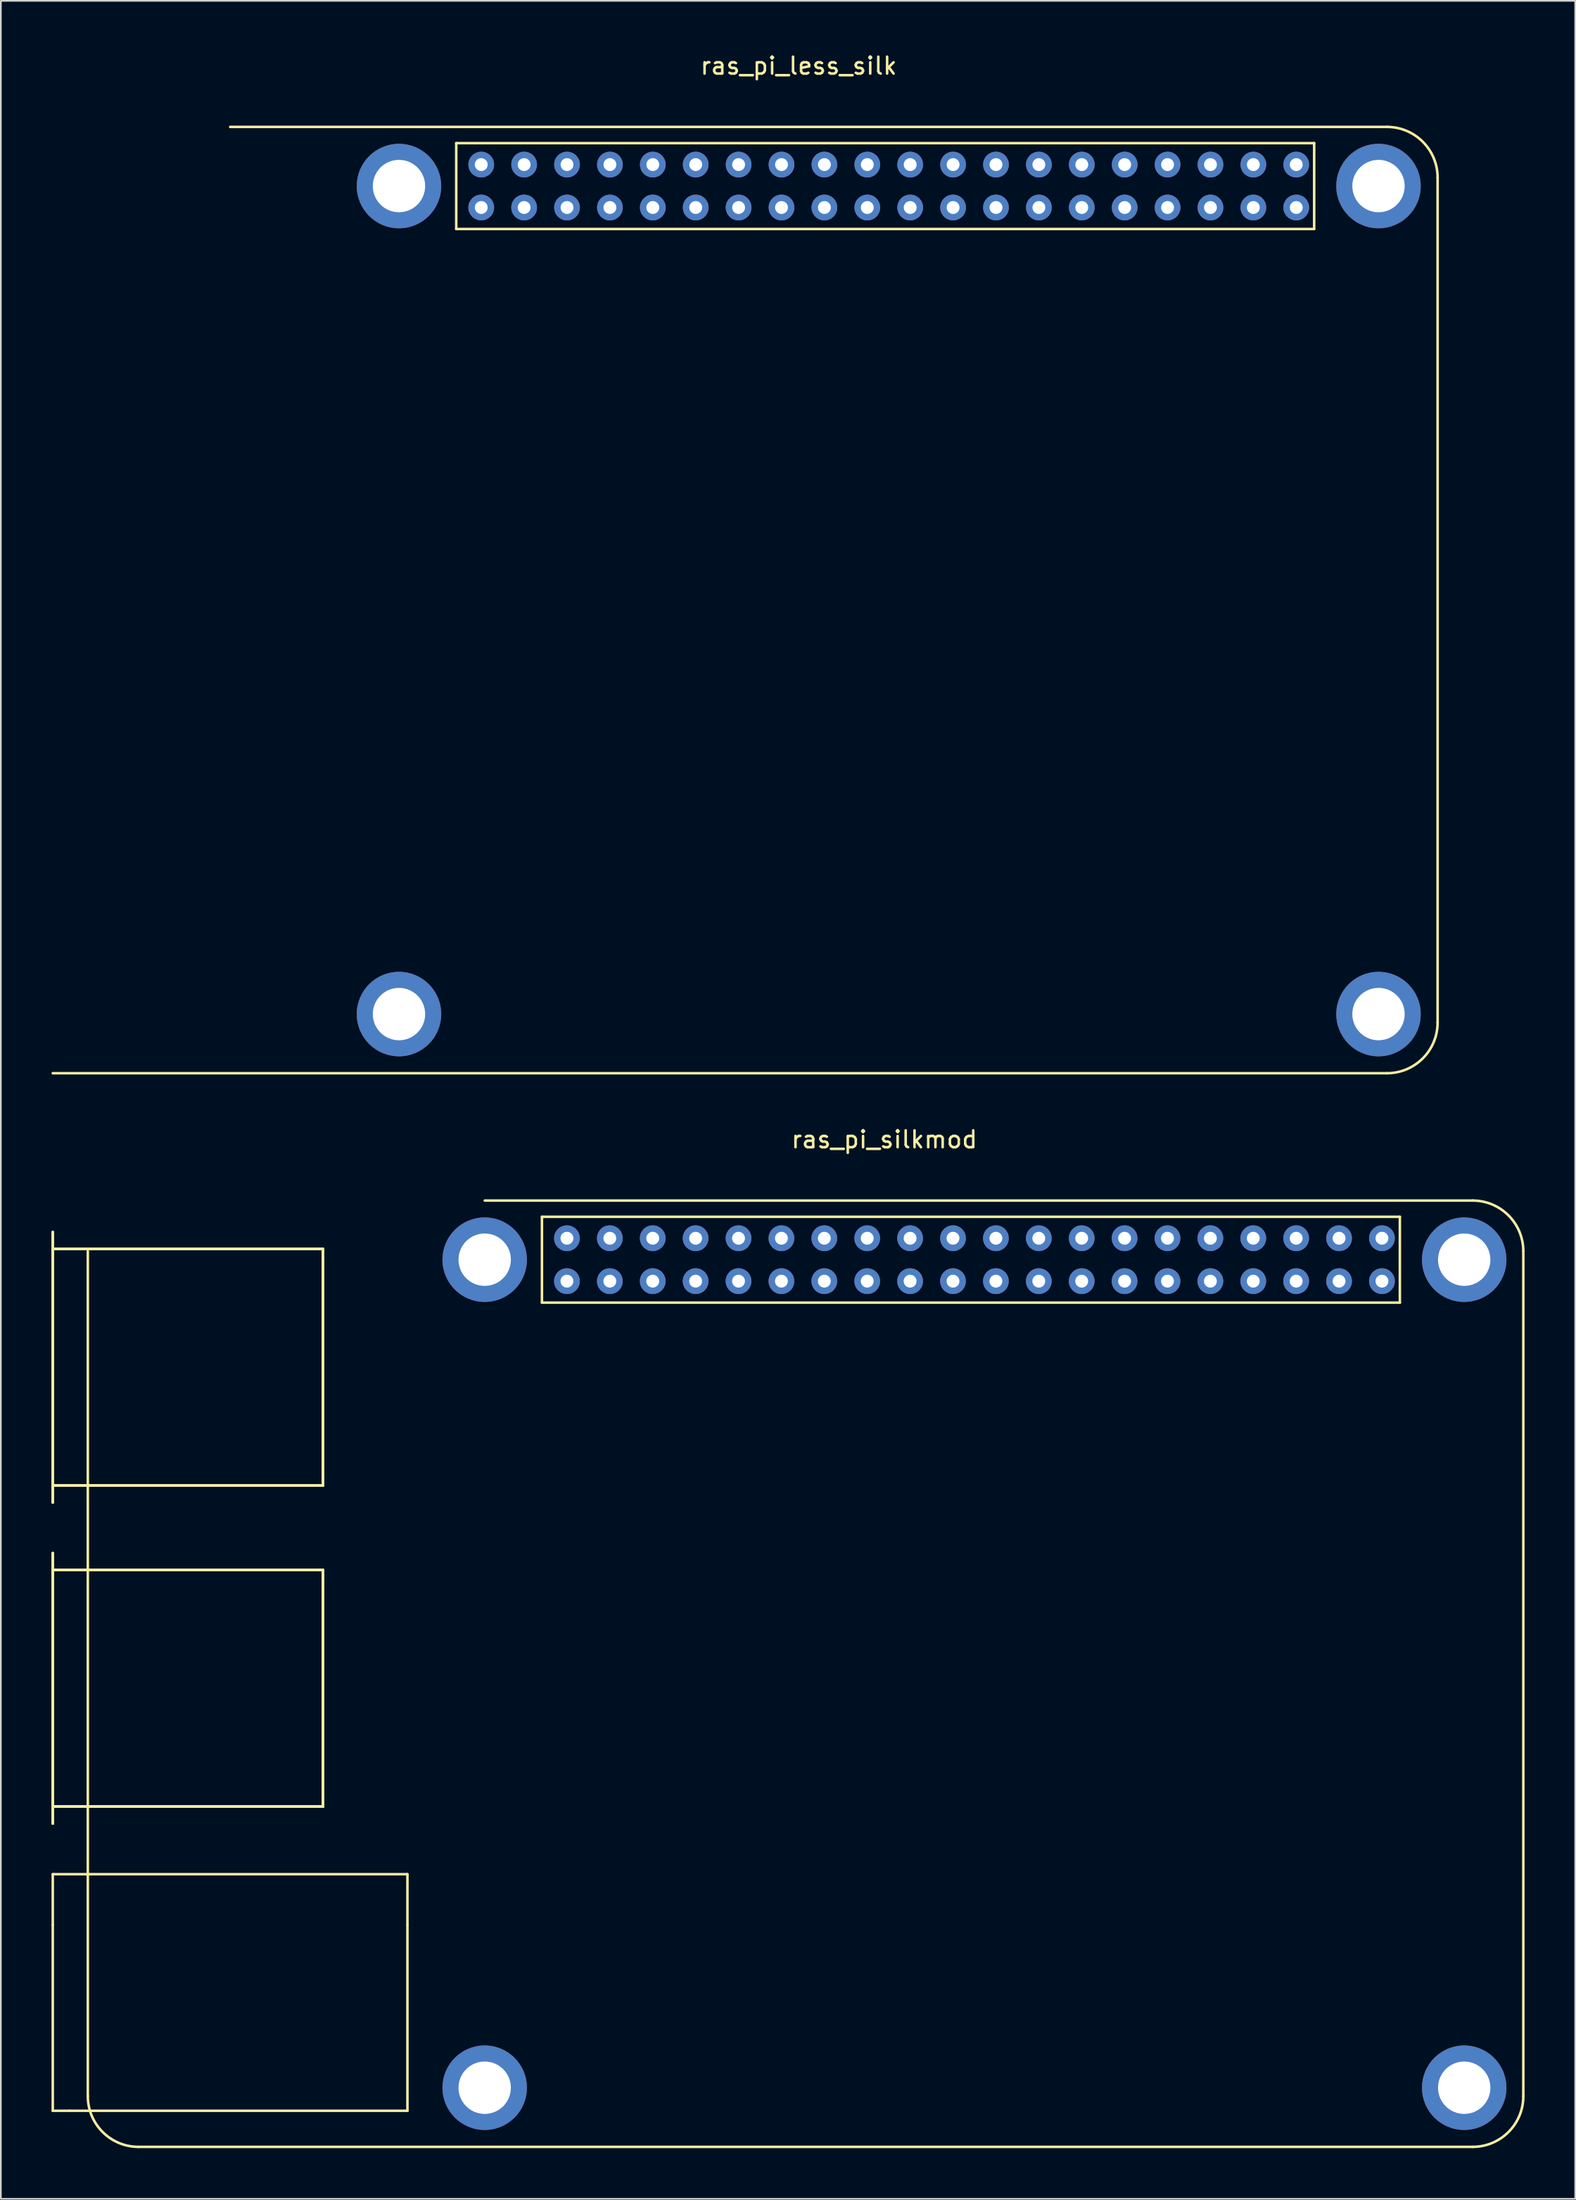
<source format=kicad_pcb>
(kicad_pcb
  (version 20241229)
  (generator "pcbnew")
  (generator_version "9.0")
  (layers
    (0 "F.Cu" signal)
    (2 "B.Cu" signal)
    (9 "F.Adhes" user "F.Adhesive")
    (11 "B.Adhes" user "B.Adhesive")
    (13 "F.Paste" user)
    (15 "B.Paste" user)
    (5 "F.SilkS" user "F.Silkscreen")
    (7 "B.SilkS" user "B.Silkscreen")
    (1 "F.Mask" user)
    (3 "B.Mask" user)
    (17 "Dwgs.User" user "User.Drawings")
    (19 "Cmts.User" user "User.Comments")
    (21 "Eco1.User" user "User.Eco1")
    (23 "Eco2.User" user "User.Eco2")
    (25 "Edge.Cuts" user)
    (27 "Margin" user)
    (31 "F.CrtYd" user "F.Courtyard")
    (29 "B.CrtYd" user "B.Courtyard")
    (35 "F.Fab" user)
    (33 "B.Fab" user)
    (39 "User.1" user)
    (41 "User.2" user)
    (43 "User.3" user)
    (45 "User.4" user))
  (footprint "ras_pi_less_silk"
    (layer "F.Cu")
    (at 20.58 5.595)
    (property "Reference" "ras_pi_less_silk" (at 23.661 -4.747 0) (layer "F.SilkS") (effects (font (size 1 1) (thickness 0.15))))
    (attr through_hole)
    (fp_line (start -10 -1.135) (end 58.495 -1.135) (stroke (width 0.15) (type solid)) (layer "F.SilkS"))
    (fp_line (start 3.385 -0.175) (end 54.185 -0.175) (stroke (width 0.15) (type solid)) (layer "F.SilkS"))
    (fp_line (start 3.385 4.905) (end 3.385 -0.175) (stroke (width 0.15) (type solid)) (layer "F.SilkS"))
    (fp_line (start 54.185 -0.175) (end 54.185 4.905) (stroke (width 0.15) (type solid)) (layer "F.SilkS"))
    (fp_line (start 54.185 4.905) (end 3.385 4.905) (stroke (width 0.15) (type solid)) (layer "F.SilkS"))
    (fp_line (start 58.495 54.865) (end -20.505 54.865) (stroke (width 0.15) (type solid)) (layer "F.SilkS"))
    (fp_line (start 61.495 1.865) (end 61.495 51.865) (stroke (width 0.15) (type solid)) (layer "F.SilkS"))
    (fp_arc (start 58.495 -1.135) (mid 60.61632 -0.25632) (end 61.495 1.865) (stroke (width 0.15) (type solid)) (layer "F.SilkS"))
    (fp_arc (start 61.495 51.865) (mid 60.61632 53.98632) (end 58.495 54.865) (stroke (width 0.15) (type solid)) (layer "F.SilkS"))
    (pad "" np_thru_hole circle (at -0.005 2.365) (size 5 5) (drill 3.1) (layers "*.Cu" "*.Mask"))
    (pad "" np_thru_hole circle (at -0.005 51.365) (size 5 5) (drill 3.1) (layers "*.Cu" "*.Mask"))
    (pad "" np_thru_hole circle (at 57.995 2.365) (size 5 5) (drill 3.1) (layers "*.Cu" "*.Mask"))
    (pad "" np_thru_hole circle (at 57.995 51.365) (size 5 5) (drill 3.1) (layers "*.Cu" "*.Mask"))
    (pad "1" thru_hole circle (at 53.125 3.635 270) (size 1.524 1.524) (drill 0.762) (layers "*.Cu" "*.Mask"))
    (pad "2" thru_hole circle (at 53.125 1.095 270) (size 1.524 1.524) (drill 0.762) (layers "*.Cu" "*.Mask"))
    (pad "3" thru_hole circle (at 50.585 3.635 270) (size 1.524 1.524) (drill 0.762) (layers "*.Cu" "*.Mask"))
    (pad "4" thru_hole circle (at 50.585 1.095 270) (size 1.524 1.524) (drill 0.762) (layers "*.Cu" "*.Mask"))
    (pad "5" thru_hole circle (at 48.045 3.635 270) (size 1.524 1.524) (drill 0.762) (layers "*.Cu" "*.Mask"))
    (pad "6" thru_hole circle (at 48.045 1.095 270) (size 1.524 1.524) (drill 0.762) (layers "*.Cu" "*.Mask"))
    (pad "7" thru_hole circle (at 45.505 3.635 270) (size 1.524 1.524) (drill 0.762) (layers "*.Cu" "*.Mask"))
    (pad "8" thru_hole circle (at 45.505 1.095 270) (size 1.524 1.524) (drill 0.762) (layers "*.Cu" "*.Mask"))
    (pad "9" thru_hole circle (at 42.965 3.635 270) (size 1.524 1.524) (drill 0.762) (layers "*.Cu" "*.Mask"))
    (pad "10" thru_hole circle (at 42.965 1.095 270) (size 1.524 1.524) (drill 0.762) (layers "*.Cu" "*.Mask"))
    (pad "11" thru_hole circle (at 40.425 3.635 270) (size 1.524 1.524) (drill 0.762) (layers "*.Cu" "*.Mask"))
    (pad "12" thru_hole circle (at 40.425 1.095 270) (size 1.524 1.524) (drill 0.762) (layers "*.Cu" "*.Mask"))
    (pad "13" thru_hole circle (at 37.885 3.635 270) (size 1.524 1.524) (drill 0.762) (layers "*.Cu" "*.Mask"))
    (pad "14" thru_hole circle (at 37.885 1.095 270) (size 1.524 1.524) (drill 0.762) (layers "*.Cu" "*.Mask"))
    (pad "15" thru_hole circle (at 35.345 3.635 270) (size 1.524 1.524) (drill 0.762) (layers "*.Cu" "*.Mask"))
    (pad "16" thru_hole circle (at 35.345 1.095 270) (size 1.524 1.524) (drill 0.762) (layers "*.Cu" "*.Mask"))
    (pad "17" thru_hole circle (at 32.805 3.635 270) (size 1.524 1.524) (drill 0.762) (layers "*.Cu" "*.Mask"))
    (pad "18" thru_hole circle (at 32.805 1.095 270) (size 1.524 1.524) (drill 0.762) (layers "*.Cu" "*.Mask"))
    (pad "19" thru_hole circle (at 30.265 3.635 270) (size 1.524 1.524) (drill 0.762) (layers "*.Cu" "*.Mask"))
    (pad "20" thru_hole circle (at 30.265 1.095 270) (size 1.524 1.524) (drill 0.762) (layers "*.Cu" "*.Mask"))
    (pad "21" thru_hole circle (at 27.725 3.635 270) (size 1.524 1.524) (drill 0.762) (layers "*.Cu" "*.Mask"))
    (pad "22" thru_hole circle (at 27.725 1.095 270) (size 1.524 1.524) (drill 0.762) (layers "*.Cu" "*.Mask"))
    (pad "23" thru_hole circle (at 25.185 3.635 270) (size 1.524 1.524) (drill 0.762) (layers "*.Cu" "*.Mask"))
    (pad "24" thru_hole circle (at 25.185 1.095 270) (size 1.524 1.524) (drill 0.762) (layers "*.Cu" "*.Mask"))
    (pad "25" thru_hole circle (at 22.645 3.635 270) (size 1.524 1.524) (drill 0.762) (layers "*.Cu" "*.Mask"))
    (pad "26" thru_hole circle (at 22.645 1.095 270) (size 1.524 1.524) (drill 0.762) (layers "*.Cu" "*.Mask"))
    (pad "27" thru_hole circle (at 20.105 3.635 270) (size 1.524 1.524) (drill 0.762) (layers "*.Cu" "*.Mask"))
    (pad "28" thru_hole circle (at 20.105 1.095 270) (size 1.524 1.524) (drill 0.762) (layers "*.Cu" "*.Mask"))
    (pad "29" thru_hole circle (at 17.565 3.635 270) (size 1.524 1.524) (drill 0.762) (layers "*.Cu" "*.Mask"))
    (pad "30" thru_hole circle (at 17.565 1.095 270) (size 1.524 1.524) (drill 0.762) (layers "*.Cu" "*.Mask"))
    (pad "31" thru_hole circle (at 15.025 3.635 270) (size 1.524 1.524) (drill 0.762) (layers "*.Cu" "*.Mask"))
    (pad "32" thru_hole circle (at 15.025 1.095 270) (size 1.524 1.524) (drill 0.762) (layers "*.Cu" "*.Mask"))
    (pad "33" thru_hole circle (at 12.485 3.635 270) (size 1.524 1.524) (drill 0.762) (layers "*.Cu" "*.Mask"))
    (pad "34" thru_hole circle (at 12.485 1.095 270) (size 1.524 1.524) (drill 0.762) (layers "*.Cu" "*.Mask"))
    (pad "35" thru_hole circle (at 9.945 3.635 270) (size 1.524 1.524) (drill 0.762) (layers "*.Cu" "*.Mask"))
    (pad "36" thru_hole circle (at 9.945 1.095 270) (size 1.524 1.524) (drill 0.762) (layers "*.Cu" "*.Mask"))
    (pad "37" thru_hole circle (at 7.405 3.635 270) (size 1.524 1.524) (drill 0.762) (layers "*.Cu" "*.Mask"))
    (pad "38" thru_hole circle (at 7.405 1.095 270) (size 1.524 1.524) (drill 0.762) (layers "*.Cu" "*.Mask"))
    (pad "39" thru_hole circle (at 4.865 3.635 270) (size 1.524 1.524) (drill 0.762) (layers "*.Cu" "*.Mask"))
    (pad "40" thru_hole circle (at 4.865 1.095 270) (size 1.524 1.524) (drill 0.762) (layers "*.Cu" "*.Mask")))
  (footprint "ras_pi_silkmod"
    (layer "F.Cu")
    (at 25.655 69.13)
    (property "Reference" "ras_pi_silkmod" (at 23.661 -4.747 0) (layer "F.SilkS") (effects (font (size 1 1) (thickness 0.15))))
    (attr through_hole)
    (fp_line (start -25.58 0.73) (end -25.58 16.73) (stroke (width 0.15) (type solid)) (layer "F.SilkS"))
    (fp_line (start -25.58 0.73) (end -25.58 16.73) (stroke (width 0.15) (type solid)) (layer "F.SilkS"))
    (fp_line (start -25.58 0.73) (end -25.58 16.73) (stroke (width 0.15) (type solid)) (layer "F.SilkS"))
    (fp_line (start -25.58 0.73) (end -25.58 16.73) (stroke (width 0.15) (type solid)) (layer "F.SilkS"))
    (fp_line (start -25.58 1.73) (end -9.58 1.73) (stroke (width 0.15) (type solid)) (layer "F.SilkS"))
    (fp_line (start -25.58 1.73) (end -9.58 1.73) (stroke (width 0.15) (type solid)) (layer "F.SilkS"))
    (fp_line (start -25.58 1.73) (end -9.58 1.73) (stroke (width 0.15) (type solid)) (layer "F.SilkS"))
    (fp_line (start -25.58 1.73) (end -9.58 1.73) (stroke (width 0.15) (type solid)) (layer "F.SilkS"))
    (fp_line (start -25.58 19.73) (end -25.58 35.73) (stroke (width 0.15) (type solid)) (layer "F.SilkS"))
    (fp_line (start -25.58 19.73) (end -25.58 35.73) (stroke (width 0.15) (type solid)) (layer "F.SilkS"))
    (fp_line (start -25.58 19.73) (end -25.58 35.73) (stroke (width 0.15) (type solid)) (layer "F.SilkS"))
    (fp_line (start -25.58 19.73) (end -25.58 35.73) (stroke (width 0.15) (type solid)) (layer "F.SilkS"))
    (fp_line (start -25.58 20.73) (end -9.58 20.73) (stroke (width 0.15) (type solid)) (layer "F.SilkS"))
    (fp_line (start -25.58 20.73) (end -9.58 20.73) (stroke (width 0.15) (type solid)) (layer "F.SilkS"))
    (fp_line (start -25.58 20.73) (end -9.58 20.73) (stroke (width 0.15) (type solid)) (layer "F.SilkS"))
    (fp_line (start -25.58 20.73) (end -9.58 20.73) (stroke (width 0.15) (type solid)) (layer "F.SilkS"))
    (fp_line (start -25.58 38.73) (end -25.58 41.73) (stroke (width 0.15) (type solid)) (layer "F.SilkS"))
    (fp_line (start -25.58 38.73) (end -4.58 38.73) (stroke (width 0.15) (type solid)) (layer "F.SilkS"))
    (fp_line (start -25.58 41.73) (end -25.58 52.73) (stroke (width 0.15) (type solid)) (layer "F.SilkS"))
    (fp_line (start -24.58 52.73) (end -25.58 52.73) (stroke (width 0.15) (type solid)) (layer "F.SilkS"))
    (fp_line (start -23.505 1.865) (end -23.505 51.865) (stroke (width 0.15) (type solid)) (layer "F.SilkS"))
    (fp_line (start -9.58 1.73) (end -9.58 15.73) (stroke (width 0.15) (type solid)) (layer "F.SilkS"))
    (fp_line (start -9.58 1.73) (end -9.58 15.73) (stroke (width 0.15) (type solid)) (layer "F.SilkS"))
    (fp_line (start -9.58 1.73) (end -9.58 15.73) (stroke (width 0.15) (type solid)) (layer "F.SilkS"))
    (fp_line (start -9.58 1.73) (end -9.58 15.73) (stroke (width 0.15) (type solid)) (layer "F.SilkS"))
    (fp_line (start -9.58 15.73) (end -25.58 15.73) (stroke (width 0.15) (type solid)) (layer "F.SilkS"))
    (fp_line (start -9.58 15.73) (end -25.58 15.73) (stroke (width 0.15) (type solid)) (layer "F.SilkS"))
    (fp_line (start -9.58 15.73) (end -25.58 15.73) (stroke (width 0.15) (type solid)) (layer "F.SilkS"))
    (fp_line (start -9.58 15.73) (end -25.58 15.73) (stroke (width 0.15) (type solid)) (layer "F.SilkS"))
    (fp_line (start -9.58 20.73) (end -9.58 34.73) (stroke (width 0.15) (type solid)) (layer "F.SilkS"))
    (fp_line (start -9.58 20.73) (end -9.58 34.73) (stroke (width 0.15) (type solid)) (layer "F.SilkS"))
    (fp_line (start -9.58 20.73) (end -9.58 34.73) (stroke (width 0.15) (type solid)) (layer "F.SilkS"))
    (fp_line (start -9.58 20.73) (end -9.58 34.73) (stroke (width 0.15) (type solid)) (layer "F.SilkS"))
    (fp_line (start -9.58 34.73) (end -25.58 34.73) (stroke (width 0.15) (type solid)) (layer "F.SilkS"))
    (fp_line (start -9.58 34.73) (end -25.58 34.73) (stroke (width 0.15) (type solid)) (layer "F.SilkS"))
    (fp_line (start -9.58 34.73) (end -25.58 34.73) (stroke (width 0.15) (type solid)) (layer "F.SilkS"))
    (fp_line (start -9.58 34.73) (end -25.58 34.73) (stroke (width 0.15) (type solid)) (layer "F.SilkS"))
    (fp_line (start -4.58 38.73) (end -4.58 41.73) (stroke (width 0.15) (type solid)) (layer "F.SilkS"))
    (fp_line (start -4.58 41.73) (end -4.58 52.73) (stroke (width 0.15) (type solid)) (layer "F.SilkS"))
    (fp_line (start -4.58 52.73) (end -24.58 52.73) (stroke (width 0.15) (type solid)) (layer "F.SilkS"))
    (fp_line (start 0 -1.135) (end 58.495 -1.135) (stroke (width 0.15) (type solid)) (layer "F.SilkS"))
    (fp_line (start 3.385 -0.175) (end 54.185 -0.175) (stroke (width 0.15) (type solid)) (layer "F.SilkS"))
    (fp_line (start 3.385 4.905) (end 3.385 -0.175) (stroke (width 0.15) (type solid)) (layer "F.SilkS"))
    (fp_line (start 54.185 -0.175) (end 54.185 4.905) (stroke (width 0.15) (type solid)) (layer "F.SilkS"))
    (fp_line (start 54.185 4.905) (end 3.385 4.905) (stroke (width 0.15) (type solid)) (layer "F.SilkS"))
    (fp_line (start 58.495 54.865) (end -20.505 54.865) (stroke (width 0.15) (type solid)) (layer "F.SilkS"))
    (fp_line (start 61.495 1.865) (end 61.495 51.865) (stroke (width 0.15) (type solid)) (layer "F.SilkS"))
    (fp_arc (start -20.505 54.865) (mid -22.62632 53.98632) (end -23.505 51.865) (stroke (width 0.15) (type solid)) (layer "F.SilkS"))
    (fp_arc (start 58.495 -1.135) (mid 60.61632 -0.25632) (end 61.495 1.865) (stroke (width 0.15) (type solid)) (layer "F.SilkS"))
    (fp_arc (start 61.495 51.865) (mid 60.61632 53.98632) (end 58.495 54.865) (stroke (width 0.15) (type solid)) (layer "F.SilkS"))
    (pad "" np_thru_hole circle (at -0.005 2.365) (size 5 5) (drill 3.1) (layers "*.Cu" "*.Mask"))
    (pad "" np_thru_hole circle (at -0.005 51.365) (size 5 5) (drill 3.1) (layers "*.Cu" "*.Mask"))
    (pad "" np_thru_hole circle (at 57.995 2.365) (size 5 5) (drill 3.1) (layers "*.Cu" "*.Mask"))
    (pad "" np_thru_hole circle (at 57.995 51.365) (size 5 5) (drill 3.1) (layers "*.Cu" "*.Mask"))
    (pad "1" thru_hole circle (at 53.125 3.635 270) (size 1.524 1.524) (drill 0.762) (layers "*.Cu" "*.Mask"))
    (pad "2" thru_hole circle (at 53.125 1.095 270) (size 1.524 1.524) (drill 0.762) (layers "*.Cu" "*.Mask"))
    (pad "3" thru_hole circle (at 50.585 3.635 270) (size 1.524 1.524) (drill 0.762) (layers "*.Cu" "*.Mask"))
    (pad "4" thru_hole circle (at 50.585 1.095 270) (size 1.524 1.524) (drill 0.762) (layers "*.Cu" "*.Mask"))
    (pad "5" thru_hole circle (at 48.045 3.635 270) (size 1.524 1.524) (drill 0.762) (layers "*.Cu" "*.Mask"))
    (pad "6" thru_hole circle (at 48.045 1.095 270) (size 1.524 1.524) (drill 0.762) (layers "*.Cu" "*.Mask"))
    (pad "7" thru_hole circle (at 45.505 3.635 270) (size 1.524 1.524) (drill 0.762) (layers "*.Cu" "*.Mask"))
    (pad "8" thru_hole circle (at 45.505 1.095 270) (size 1.524 1.524) (drill 0.762) (layers "*.Cu" "*.Mask"))
    (pad "9" thru_hole circle (at 42.965 3.635 270) (size 1.524 1.524) (drill 0.762) (layers "*.Cu" "*.Mask"))
    (pad "10" thru_hole circle (at 42.965 1.095 270) (size 1.524 1.524) (drill 0.762) (layers "*.Cu" "*.Mask"))
    (pad "11" thru_hole circle (at 40.425 3.635 270) (size 1.524 1.524) (drill 0.762) (layers "*.Cu" "*.Mask"))
    (pad "12" thru_hole circle (at 40.425 1.095 270) (size 1.524 1.524) (drill 0.762) (layers "*.Cu" "*.Mask"))
    (pad "13" thru_hole circle (at 37.885 3.635 270) (size 1.524 1.524) (drill 0.762) (layers "*.Cu" "*.Mask"))
    (pad "14" thru_hole circle (at 37.885 1.095 270) (size 1.524 1.524) (drill 0.762) (layers "*.Cu" "*.Mask"))
    (pad "15" thru_hole circle (at 35.345 3.635 270) (size 1.524 1.524) (drill 0.762) (layers "*.Cu" "*.Mask"))
    (pad "16" thru_hole circle (at 35.345 1.095 270) (size 1.524 1.524) (drill 0.762) (layers "*.Cu" "*.Mask"))
    (pad "17" thru_hole circle (at 32.805 3.635 270) (size 1.524 1.524) (drill 0.762) (layers "*.Cu" "*.Mask"))
    (pad "18" thru_hole circle (at 32.805 1.095 270) (size 1.524 1.524) (drill 0.762) (layers "*.Cu" "*.Mask"))
    (pad "19" thru_hole circle (at 30.265 3.635 270) (size 1.524 1.524) (drill 0.762) (layers "*.Cu" "*.Mask"))
    (pad "20" thru_hole circle (at 30.265 1.095 270) (size 1.524 1.524) (drill 0.762) (layers "*.Cu" "*.Mask"))
    (pad "21" thru_hole circle (at 27.725 3.635 270) (size 1.524 1.524) (drill 0.762) (layers "*.Cu" "*.Mask"))
    (pad "22" thru_hole circle (at 27.725 1.095 270) (size 1.524 1.524) (drill 0.762) (layers "*.Cu" "*.Mask"))
    (pad "23" thru_hole circle (at 25.185 3.635 270) (size 1.524 1.524) (drill 0.762) (layers "*.Cu" "*.Mask"))
    (pad "24" thru_hole circle (at 25.185 1.095 270) (size 1.524 1.524) (drill 0.762) (layers "*.Cu" "*.Mask"))
    (pad "25" thru_hole circle (at 22.645 3.635 270) (size 1.524 1.524) (drill 0.762) (layers "*.Cu" "*.Mask"))
    (pad "26" thru_hole circle (at 22.645 1.095 270) (size 1.524 1.524) (drill 0.762) (layers "*.Cu" "*.Mask"))
    (pad "27" thru_hole circle (at 20.105 3.635 270) (size 1.524 1.524) (drill 0.762) (layers "*.Cu" "*.Mask"))
    (pad "28" thru_hole circle (at 20.105 1.095 270) (size 1.524 1.524) (drill 0.762) (layers "*.Cu" "*.Mask"))
    (pad "29" thru_hole circle (at 17.565 3.635 270) (size 1.524 1.524) (drill 0.762) (layers "*.Cu" "*.Mask"))
    (pad "30" thru_hole circle (at 17.565 1.095 270) (size 1.524 1.524) (drill 0.762) (layers "*.Cu" "*.Mask"))
    (pad "31" thru_hole circle (at 15.025 3.635 270) (size 1.524 1.524) (drill 0.762) (layers "*.Cu" "*.Mask"))
    (pad "32" thru_hole circle (at 15.025 1.095 270) (size 1.524 1.524) (drill 0.762) (layers "*.Cu" "*.Mask"))
    (pad "33" thru_hole circle (at 12.485 3.635 270) (size 1.524 1.524) (drill 0.762) (layers "*.Cu" "*.Mask"))
    (pad "34" thru_hole circle (at 12.485 1.095 270) (size 1.524 1.524) (drill 0.762) (layers "*.Cu" "*.Mask"))
    (pad "35" thru_hole circle (at 9.945 3.635 270) (size 1.524 1.524) (drill 0.762) (layers "*.Cu" "*.Mask"))
    (pad "36" thru_hole circle (at 9.945 1.095 270) (size 1.524 1.524) (drill 0.762) (layers "*.Cu" "*.Mask"))
    (pad "37" thru_hole circle (at 7.405 3.635 270) (size 1.524 1.524) (drill 0.762) (layers "*.Cu" "*.Mask"))
    (pad "38" thru_hole circle (at 7.405 1.095 270) (size 1.524 1.524) (drill 0.762) (layers "*.Cu" "*.Mask"))
    (pad "39" thru_hole circle (at 4.865 3.635 270) (size 1.524 1.524) (drill 0.762) (layers "*.Cu" "*.Mask"))
    (pad "40" thru_hole circle (at 4.865 1.095 270) (size 1.524 1.524) (drill 0.762) (layers "*.Cu" "*.Mask")))
  (gr_rect
    (start -3 -3)
    (end 90.225 127.07)
    (stroke (width 0.1) (type default))
    (fill no)
    (layer "Edge.Cuts")))
</source>
